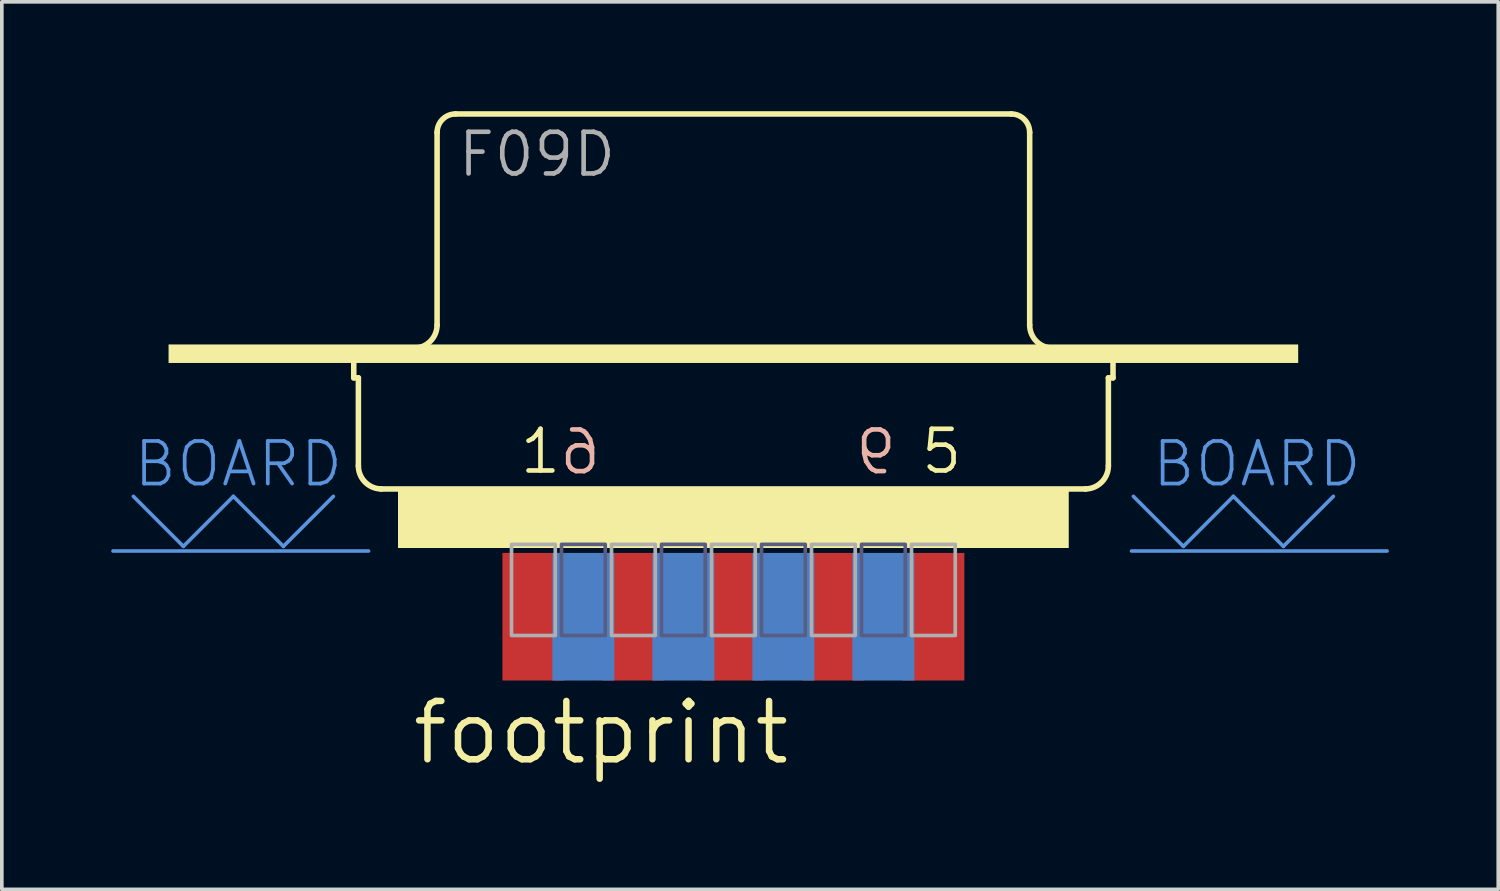
<source format=kicad_pcb>
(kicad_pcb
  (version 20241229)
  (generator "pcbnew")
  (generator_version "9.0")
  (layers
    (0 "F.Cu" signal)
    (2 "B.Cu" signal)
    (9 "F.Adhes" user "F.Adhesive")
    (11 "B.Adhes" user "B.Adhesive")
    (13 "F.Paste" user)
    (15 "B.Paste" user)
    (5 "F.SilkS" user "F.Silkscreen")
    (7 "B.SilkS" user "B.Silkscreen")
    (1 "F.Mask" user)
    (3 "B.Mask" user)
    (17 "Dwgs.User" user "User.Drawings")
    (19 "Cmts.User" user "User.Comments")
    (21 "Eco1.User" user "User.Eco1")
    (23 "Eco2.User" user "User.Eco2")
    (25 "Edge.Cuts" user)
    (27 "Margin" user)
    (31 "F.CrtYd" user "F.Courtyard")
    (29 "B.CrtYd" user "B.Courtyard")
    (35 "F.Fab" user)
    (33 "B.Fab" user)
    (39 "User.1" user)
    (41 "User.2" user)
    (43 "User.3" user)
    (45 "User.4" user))
  (footprint "footprint"
    (layer "F.Cu")
    (at 17.068 7.823)
    (property "Reference" "footprint" (at -8.89 10.16 0) (layer "F.SilkS") (effects (font (size 1.6 1.6) (thickness 0.178)) (justify left bottom)))
    (fp_line (start -10.414 -0.508) (end -10.414 -1.016) (stroke (width 0.152) (type solid)) (layer "F.SilkS"))
    (fp_line (start -10.414 -0.508) (end -10.287 -0.508) (stroke (width 0.152) (type solid)) (layer "F.SilkS"))
    (fp_line (start -10.287 1.905) (end -10.287 -0.508) (stroke (width 0.152) (type solid)) (layer "F.SilkS"))
    (fp_line (start -9.671 2.54) (end 9.671 2.54) (stroke (width 0.152) (type solid)) (layer "F.SilkS"))
    (fp_line (start -8.128 -1.959) (end -8.128 -7.239) (stroke (width 0.152) (type solid)) (layer "F.SilkS"))
    (fp_line (start -7.62 -7.747) (end 7.62 -7.747) (stroke (width 0.152) (type solid)) (layer "F.SilkS"))
    (fp_line (start 8.128 -1.959) (end 8.128 -7.239) (stroke (width 0.152) (type solid)) (layer "F.SilkS"))
    (fp_line (start 10.287 -0.508) (end 10.414 -0.508) (stroke (width 0.152) (type solid)) (layer "F.SilkS"))
    (fp_line (start 10.287 1.905) (end 10.287 -0.508) (stroke (width 0.152) (type solid)) (layer "F.SilkS"))
    (fp_line (start 10.414 -0.508) (end 10.414 -1.016) (stroke (width 0.152) (type solid)) (layer "F.SilkS"))
    (fp_arc (start -9.652 2.54) (mid -10.101013 2.354013) (end -10.287 1.905) (stroke (width 0.1524) (type solid)) (layer "F.SilkS"))
    (fp_arc (start -8.128 -7.239) (mid -7.97921 -7.59821) (end -7.62 -7.747) (stroke (width 0.1524) (type solid)) (layer "F.SilkS"))
    (fp_arc (start -8.128 -1.959) (mid -8.313987 -1.509987) (end -8.763 -1.324) (stroke (width 0.1524) (type solid)) (layer "F.SilkS"))
    (fp_arc (start 7.62 -7.747) (mid 7.97921 -7.59821) (end 8.128 -7.239) (stroke (width 0.1524) (type solid)) (layer "F.SilkS"))
    (fp_arc (start 8.763 -1.324) (mid 8.313987 -1.509987) (end 8.128 -1.959) (stroke (width 0.1524) (type solid)) (layer "F.SilkS"))
    (fp_arc (start 10.287 1.905) (mid 10.101013 2.354013) (end 9.652 2.54) (stroke (width 0.1524) (type solid)) (layer "F.SilkS"))
    (fp_poly (pts (xy -15.494 -0.916) (xy 15.494 -0.916) (xy 15.494 -1.424) (xy -15.494 -1.424)) (stroke (width 0) (type solid)) (fill yes) (layer "F.SilkS"))
    (fp_poly (pts (xy -9.2 4.16) (xy 9.2 4.16) (xy 9.2 2.56) (xy -9.2 2.56)) (stroke (width 0) (type solid)) (fill yes) (layer "F.SilkS"))
    (fp_line (start -17.018 4.242) (end -10.008 4.242) (stroke (width 0.1) (type solid)) (layer "Cmts.User"))
    (fp_line (start -16.459 2.743) (end -15.088 4.115) (stroke (width 0.1) (type solid)) (layer "Cmts.User"))
    (fp_line (start -15.088 4.115) (end -13.716 2.743) (stroke (width 0.1) (type solid)) (layer "Cmts.User"))
    (fp_line (start -13.716 2.743) (end -12.344 4.115) (stroke (width 0.1) (type solid)) (layer "Cmts.User"))
    (fp_line (start -12.344 4.115) (end -10.973 2.743) (stroke (width 0.1) (type solid)) (layer "Cmts.User"))
    (fp_line (start 10.922 4.242) (end 17.932 4.242) (stroke (width 0.1) (type solid)) (layer "Cmts.User"))
    (fp_line (start 10.973 2.743) (end 12.344 4.115) (stroke (width 0.1) (type solid)) (layer "Cmts.User"))
    (fp_line (start 12.344 4.115) (end 13.716 2.743) (stroke (width 0.1) (type solid)) (layer "Cmts.User"))
    (fp_line (start 13.716 2.743) (end 15.088 4.115) (stroke (width 0.1) (type solid)) (layer "Cmts.User"))
    (fp_line (start 15.088 4.115) (end 16.459 2.743) (stroke (width 0.1) (type solid)) (layer "Cmts.User"))
    (fp_poly (pts (xy -4.715 6.56) (xy -3.515 6.56) (xy -3.515 4.06) (xy -4.715 4.06)) (stroke (width 0.1) (type solid)) (fill no) (layer "B.Fab"))
    (fp_poly (pts (xy -1.972 6.56) (xy -0.772 6.56) (xy -0.772 4.06) (xy -1.972 4.06)) (stroke (width 0.1) (type solid)) (fill no) (layer "B.Fab"))
    (fp_poly (pts (xy 0.772 6.56) (xy 1.972 6.56) (xy 1.972 4.06) (xy 0.772 4.06)) (stroke (width 0.1) (type solid)) (fill no) (layer "B.Fab"))
    (fp_poly (pts (xy 3.515 6.56) (xy 4.715 6.56) (xy 4.715 4.06) (xy 3.515 4.06)) (stroke (width 0.1) (type solid)) (fill no) (layer "B.Fab"))
    (fp_poly (pts (xy -6.086 6.56) (xy -4.886 6.56) (xy -4.886 4.06) (xy -6.086 4.06)) (stroke (width 0.1) (type solid)) (fill no) (layer "F.Fab"))
    (fp_poly (pts (xy -3.343 6.56) (xy -2.143 6.56) (xy -2.143 4.06) (xy -3.343 4.06)) (stroke (width 0.1) (type solid)) (fill no) (layer "F.Fab"))
    (fp_poly (pts (xy -0.6 6.56) (xy 0.6 6.56) (xy 0.6 4.06) (xy -0.6 4.06)) (stroke (width 0.1) (type solid)) (fill no) (layer "F.Fab"))
    (fp_poly (pts (xy 2.143 6.56) (xy 3.343 6.56) (xy 3.343 4.06) (xy 2.143 4.06)) (stroke (width 0.1) (type solid)) (fill no) (layer "F.Fab"))
    (fp_poly (pts (xy 4.886 6.56) (xy 6.086 6.56) (xy 6.086 4.06) (xy 4.886 4.06)) (stroke (width 0.1) (type solid)) (fill no) (layer "F.Fab"))
    (fp_text user "5" (at 5.085 2.179 0) (layer "F.SilkS") (effects (font (size 1.143 1.143) (thickness 0.127)) (justify left bottom)))
    (fp_text user "1" (at -5.92 2.179 0) (layer "F.SilkS") (effects (font (size 1.143 1.143) (thickness 0.127)) (justify left bottom)))
    (fp_text user "6" (at -3.577 2.197 0) (layer "B.SilkS") (effects (font (size 1.143 1.143) (thickness 0.127)) (justify left bottom mirror)))
    (fp_text user "9" (at 4.542 2.197 0) (layer "B.SilkS") (effects (font (size 1.143 1.143) (thickness 0.127)) (justify left bottom mirror)))
    (fp_text user "BOARD" (at 11.43 2.54 0) (layer "Cmts.User") (effects (font (size 1.168 1.168) (thickness 0.102)) (justify left bottom)))
    (fp_text user "BOARD " (at -16.51 2.54 0) (layer "Cmts.User") (effects (font (size 1.168 1.168) (thickness 0.102)) (justify left bottom)))
    (fp_text user "F09D" (at -7.62 -5.969 0) (layer "F.Fab") (effects (font (size 1.143 1.143) (thickness 0.127)) (justify left bottom)))
    (pad "1" smd rect (at -5.486 6.045) (size 1.7 3.5) (layers "F.Cu" "F.Mask" "F.Paste"))
    (pad "2" smd rect (at -2.743 6.045) (size 1.7 3.5) (layers "F.Cu" "F.Mask" "F.Paste"))
    (pad "3" smd rect (at 0 6.045) (size 1.7 3.5) (layers "F.Cu" "F.Mask" "F.Paste"))
    (pad "4" smd rect (at 2.743 6.045) (size 1.7 3.5) (layers "F.Cu" "F.Mask" "F.Paste"))
    (pad "5" smd rect (at 5.486 6.045) (size 1.7 3.5) (layers "F.Cu" "F.Mask" "F.Paste"))
    (pad "6" smd rect (at -4.115 6.045) (size 1.7 3.5) (layers "B.Cu" "B.Mask" "B.Paste"))
    (pad "7" smd rect (at -1.372 6.045) (size 1.7 3.5) (layers "B.Cu" "B.Mask" "B.Paste"))
    (pad "8" smd rect (at 1.372 6.045) (size 1.7 3.5) (layers "B.Cu" "B.Mask" "B.Paste"))
    (pad "9" smd rect (at 4.115 6.045) (size 1.7 3.5) (layers "B.Cu" "B.Mask" "B.Paste")))
  (gr_rect
    (start -3 -3)
    (end 38.05 21.346)
    (stroke (width 0.1) (type default))
    (fill no)
    (layer "Edge.Cuts")))
</source>
